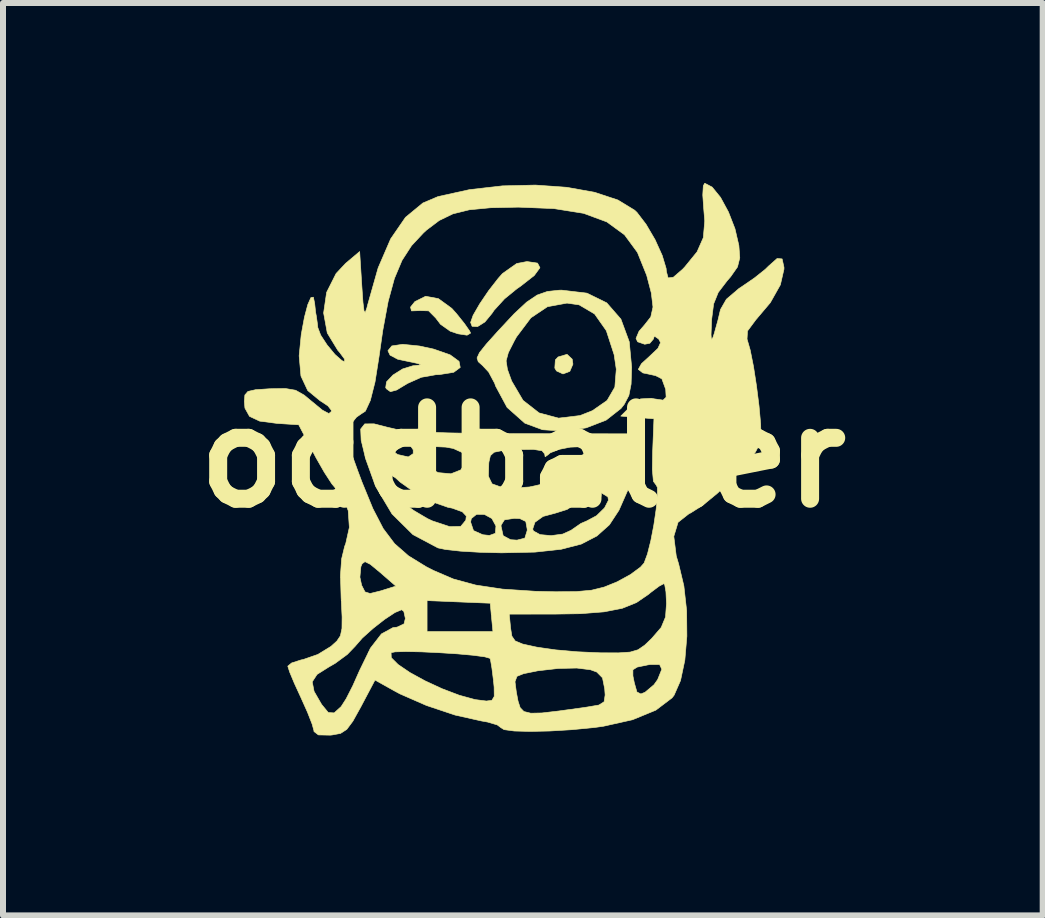
<source format=kicad_pcb>
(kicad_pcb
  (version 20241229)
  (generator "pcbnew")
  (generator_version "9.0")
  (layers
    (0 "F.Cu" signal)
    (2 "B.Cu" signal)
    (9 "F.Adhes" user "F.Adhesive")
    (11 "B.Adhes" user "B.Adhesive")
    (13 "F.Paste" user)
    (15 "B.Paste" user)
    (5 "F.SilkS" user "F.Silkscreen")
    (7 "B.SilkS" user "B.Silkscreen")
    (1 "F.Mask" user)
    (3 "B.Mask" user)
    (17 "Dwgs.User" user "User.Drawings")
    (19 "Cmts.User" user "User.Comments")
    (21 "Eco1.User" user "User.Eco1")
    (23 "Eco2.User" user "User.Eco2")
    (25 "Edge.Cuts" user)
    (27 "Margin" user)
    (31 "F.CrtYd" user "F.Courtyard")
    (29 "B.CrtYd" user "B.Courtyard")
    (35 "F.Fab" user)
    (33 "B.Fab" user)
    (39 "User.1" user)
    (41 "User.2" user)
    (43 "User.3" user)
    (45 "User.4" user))
  (footprint "oddballer"
    (layer "F.Cu")
    (at 5.668 4.577)
    (property "Reference" "oddballer" (at 0 0 0) (layer "F.SilkS") (effects (font (size 1.524 1.524) (thickness 0.3))))
    (attr through_hole)
    (fp_poly (pts (xy 0.823 -1.638) (xy 0.835 -1.555) (xy 0.783 -1.435) (xy 0.67 -1.392) (xy 0.561 -1.442) (xy 0.533 -1.49) (xy 0.542 -1.626) (xy 0.588 -1.675) (xy 0.737 -1.719) (xy 0.823 -1.638)) (stroke (width 0.01) (type solid)) (fill yes) (layer "F.SilkS"))
    (fp_poly (pts (xy -1.409 -2.648) (xy -1.185 -2.485) (xy -1.107 -2.398) (xy -0.972 -2.229) (xy -0.887 -2.107) (xy -0.871 -2.073) (xy -0.93 -2.038) (xy -1.082 -2.061) (xy -1.211 -2.105) (xy -1.373 -2.22) (xy -1.453 -2.325) (xy -1.571 -2.444) (xy -1.712 -2.448) (xy -1.857 -2.443) (xy -1.873 -2.506) (xy -1.8 -2.598) (xy -1.621 -2.687) (xy -1.409 -2.648)) (stroke (width 0.01) (type solid)) (fill yes) (layer "F.SilkS"))
    (fp_poly (pts (xy 0.245 -3.24) (xy 0.285 -3.163) (xy 0.191 -3.034) (xy -0.039 -2.854) (xy -0.099 -2.813) (xy -0.306 -2.644) (xy -0.48 -2.453) (xy -0.515 -2.401) (xy -0.633 -2.258) (xy -0.756 -2.181) (xy -0.846 -2.186) (xy -0.871 -2.251) (xy -0.829 -2.37) (xy -0.72 -2.559) (xy -0.572 -2.778) (xy -0.41 -2.986) (xy -0.339 -3.066) (xy -0.103 -3.233) (xy 0.069 -3.266) (xy 0.245 -3.24)) (stroke (width 0.01) (type solid)) (fill yes) (layer "F.SilkS"))
    (fp_poly (pts (xy -1.726 -1.858) (xy -1.486 -1.806) (xy -1.212 -1.71) (xy -1.064 -1.602) (xy -1.044 -1.5) (xy -1.152 -1.42) (xy -1.391 -1.381) (xy -1.451 -1.379) (xy -1.694 -1.336) (xy -1.922 -1.234) (xy -1.923 -1.234) (xy -2.104 -1.124) (xy -2.208 -1.096) (xy -2.274 -1.143) (xy -2.287 -1.163) (xy -2.273 -1.26) (xy -2.165 -1.374) (xy -2.005 -1.475) (xy -1.834 -1.528) (xy -1.814 -1.53) (xy -1.703 -1.542) (xy -1.73 -1.56) (xy -1.778 -1.572) (xy -1.973 -1.613) (xy -2.086 -1.637) (xy -2.214 -1.705) (xy -2.25 -1.779) (xy -2.185 -1.859) (xy -2.004 -1.886) (xy -1.726 -1.858)) (stroke (width 0.01) (type solid)) (fill yes) (layer "F.SilkS"))
    (fp_poly (pts (xy 1.069 -2.739) (xy 1.399 -2.577) (xy 1.635 -2.306) (xy 1.774 -1.929) (xy 1.814 -1.505) (xy 1.805 -1.222) (xy 1.768 -1.033) (xy 1.691 -0.886) (xy 1.637 -0.817) (xy 1.389 -0.622) (xy 1.056 -0.493) (xy 0.686 -0.437) (xy 0.327 -0.462) (xy 0.033 -0.571) (xy -0.263 -0.834) (xy -0.455 -1.191) (xy -0.469 -1.234) (xy -0.57 -1.423) (xy -0.674 -1.534) (xy -0.744 -1.596) (xy -0.748 -1.61) (xy -0.279 -1.61) (xy -0.257 -1.467) (xy -0.187 -1.274) (xy 0.003 -0.951) (xy 0.271 -0.742) (xy 0.595 -0.655) (xy 0.954 -0.698) (xy 1.161 -0.78) (xy 1.405 -0.95) (xy 1.534 -1.172) (xy 1.558 -1.47) (xy 1.522 -1.713) (xy 1.392 -2.113) (xy 1.196 -2.392) (xy 0.938 -2.544) (xy 0.736 -2.573) (xy 0.41 -2.513) (xy 0.134 -2.328) (xy -0.106 -2.009) (xy -0.141 -1.946) (xy -0.242 -1.747) (xy -0.279 -1.61) (xy -0.748 -1.61) (xy -0.764 -1.658) (xy -0.723 -1.747) (xy -0.609 -1.89) (xy -0.415 -2.106) (xy -0.145 -2.395) (xy 0.063 -2.589) (xy 0.238 -2.707) (xy 0.409 -2.767) (xy 0.604 -2.788) (xy 0.648 -2.789) (xy 1.069 -2.739)) (stroke (width 0.01) (type solid)) (fill yes) (layer "F.SilkS"))
    (fp_poly (pts (xy -2.267 -0.505) (xy -2.117 -0.47) (xy -1.908 -0.443) (xy -1.623 -0.423) (xy -1.247 -0.409) (xy -0.763 -0.4) (xy -0.154 -0.396) (xy 0 -0.396) (xy 1.923 -0.393) (xy 1.914 -0.173) (xy 1.863 0.171) (xy 1.752 0.542) (xy 1.602 0.882) (xy 1.443 1.124) (xy 1.235 1.31) (xy 0.974 1.445) (xy 0.637 1.532) (xy 0.202 1.579) (xy -0.352 1.591) (xy -0.358 1.591) (xy -0.715 1.582) (xy -1.039 1.563) (xy -1.29 1.535) (xy -1.415 1.509) (xy -1.833 1.287) (xy -2.182 0.942) (xy -2.457 0.48) (xy -2.53 0.276) (xy -2.467 0.276) (xy -2.41 0.384) (xy -2.261 0.54) (xy -2.053 0.716) (xy -1.819 0.885) (xy -1.591 1.02) (xy -1.507 1.059) (xy -1.22 1.154) (xy -1.036 1.15) (xy -0.976 1.078) (xy -0.871 1.078) (xy -0.823 1.22) (xy -0.668 1.289) (xy -0.557 1.301) (xy -0.458 1.265) (xy -0.449 1.149) (xy -0.363 1.149) (xy -0.328 1.306) (xy -0.204 1.372) (xy -0.097 1.379) (xy 0.033 1.346) (xy 0.072 1.22) (xy 0.073 1.197) (xy 0.072 1.195) (xy 0.164 1.195) (xy 0.177 1.227) (xy 0.287 1.287) (xy 0.471 1.304) (xy 0.666 1.278) (xy 0.808 1.213) (xy 0.815 1.207) (xy 0.968 1.101) (xy 1.064 1.06) (xy 1.229 0.972) (xy 1.362 0.842) (xy 1.427 0.714) (xy 1.418 0.658) (xy 1.299 0.585) (xy 1.123 0.617) (xy 0.93 0.744) (xy 0.737 0.868) (xy 0.539 0.93) (xy 0.337 0.984) (xy 0.201 1.082) (xy 0.164 1.195) (xy 0.072 1.195) (xy 0.049 1.068) (xy -0.05 1.02) (xy -0.145 1.016) (xy -0.307 1.041) (xy -0.362 1.128) (xy -0.363 1.149) (xy -0.449 1.149) (xy -0.449 1.143) (xy -0.516 1.019) (xy -0.64 0.951) (xy -0.772 0.949) (xy -0.859 1.019) (xy -0.871 1.078) (xy -0.976 1.078) (xy -0.951 1.047) (xy -0.943 0.977) (xy -1.009 0.907) (xy -1.177 0.846) (xy -1.249 0.832) (xy -1.651 0.692) (xy -2.049 0.409) (xy -2.118 0.345) (xy -2.161 0.315) (xy -0.574 0.315) (xy -0.514 0.44) (xy -0.36 0.496) (xy -0.126 0.508) (xy 0.109 0.493) (xy 0.289 0.453) (xy 0.348 0.421) (xy 0.425 0.276) (xy 0.435 0.201) (xy 0.456 0.111) (xy 0.543 0.126) (xy 0.583 0.147) (xy 0.76 0.187) (xy 0.927 0.145) (xy 1.046 0.046) (xy 1.076 -0.085) (xy 1.051 -0.147) (xy 0.959 -0.178) (xy 0.79 -0.171) (xy 0.603 -0.134) (xy 0.458 -0.077) (xy 0.418 -0.043) (xy 0.372 -0.011) (xy 0.364 -0.058) (xy 0.32 -0.111) (xy 0.175 -0.134) (xy -0.091 -0.13) (xy -0.339 -0.115) (xy -0.477 -0.087) (xy -0.541 -0.03) (xy -0.565 0.073) (xy -0.568 0.097) (xy -0.574 0.315) (xy -2.161 0.315) (xy -2.255 0.252) (xy -2.387 0.218) (xy -2.463 0.253) (xy -2.467 0.276) (xy -2.53 0.276) (xy -2.622 0.021) (xy -2.628 -0.003) (xy -1.728 -0.003) (xy -1.717 0.033) (xy -1.599 0.17) (xy -1.407 0.254) (xy -1.199 0.273) (xy -1.037 0.209) (xy -1.031 0.203) (xy -0.935 0.052) (xy -0.98 -0.067) (xy -1.159 -0.149) (xy -1.284 -0.172) (xy -1.559 -0.184) (xy -1.706 -0.128) (xy -1.728 -0.003) (xy -2.628 -0.003) (xy -2.673 -0.193) (xy -2.177 -0.193) (xy -2.125 -0.074) (xy -2.086 -0.048) (xy -1.91 -0.008) (xy -1.828 -0.063) (xy -1.828 -0.127) (xy -1.896 -0.227) (xy -2.015 -0.278) (xy -2.128 -0.269) (xy -2.177 -0.193) (xy -2.673 -0.193) (xy -2.696 -0.285) (xy -2.704 -0.473) (xy -2.636 -0.559) (xy -2.481 -0.56) (xy -2.267 -0.505)) (stroke (width 0.01) (type solid)) (fill yes) (layer "F.SilkS"))
    (fp_poly (pts (xy 3.157 -4.507) (xy 3.296 -4.336) (xy 3.428 -4.093) (xy 3.537 -3.813) (xy 3.602 -3.533) (xy 3.617 -3.327) (xy 3.579 -3.176) (xy 3.465 -3.013) (xy 3.406 -2.945) (xy 3.258 -2.751) (xy 3.181 -2.56) (xy 3.148 -2.302) (xy 3.146 -2.262) (xy 3.138 -2.046) (xy 3.144 -1.963) (xy 3.169 -1.999) (xy 3.192 -2.068) (xy 3.254 -2.291) (xy 3.296 -2.467) (xy 3.394 -2.638) (xy 3.604 -2.817) (xy 3.65 -2.847) (xy 3.864 -2.994) (xy 4.043 -3.137) (xy 4.099 -3.192) (xy 4.24 -3.317) (xy 4.323 -3.31) (xy 4.354 -3.17) (xy 4.354 -3.139) (xy 4.294 -2.878) (xy 4.126 -2.58) (xy 3.884 -2.294) (xy 3.746 -2.108) (xy 3.738 -1.974) (xy 3.791 -1.79) (xy 3.846 -1.515) (xy 3.896 -1.191) (xy 3.938 -0.859) (xy 3.965 -0.56) (xy 3.971 -0.336) (xy 3.963 -0.252) (xy 3.879 -0.09) (xy 3.71 0.126) (xy 3.487 0.367) (xy 3.239 0.602) (xy 3 0.798) (xy 2.798 0.926) (xy 2.771 0.938) (xy 2.588 1.082) (xy 2.517 1.317) (xy 2.558 1.644) (xy 2.598 1.778) (xy 2.685 2.143) (xy 2.731 2.556) (xy 2.735 2.981) (xy 2.701 3.381) (xy 2.629 3.721) (xy 2.522 3.965) (xy 2.487 4.01) (xy 2.218 4.214) (xy 1.829 4.374) (xy 1.341 4.483) (xy 1.197 4.503) (xy 0.818 4.54) (xy 0.449 4.562) (xy 0.12 4.569) (xy -0.143 4.562) (xy -0.313 4.539) (xy -0.363 4.508) (xy -0.427 4.46) (xy -0.591 4.412) (xy -0.692 4.394) (xy -1.13 4.296) (xy -1.608 4.136) (xy -2.049 3.943) (xy -2.151 3.888) (xy -2.465 3.712) (xy -2.702 4.16) (xy -2.834 4.398) (xy -2.936 4.535) (xy -3.04 4.602) (xy -3.18 4.628) (xy -3.211 4.631) (xy -3.409 4.627) (xy -3.483 4.57) (xy -3.483 4.558) (xy -3.513 4.448) (xy -3.59 4.251) (xy -3.699 4.008) (xy -3.701 4.003) (xy -3.81 3.766) (xy -3.82 3.742) (xy -3.512 3.742) (xy -3.481 3.901) (xy -3.356 4.118) (xy -3.244 4.254) (xy -3.146 4.26) (xy -3.03 4.155) (xy -2.946 4.024) (xy -2.835 3.806) (xy -2.724 3.556) (xy -2.578 3.256) (xy -2.197 3.256) (xy -2.194 3.339) (xy -2.08 3.453) (xy -1.883 3.587) (xy -1.629 3.726) (xy -1.346 3.857) (xy -1.059 3.966) (xy -0.796 4.038) (xy -0.608 4.062) (xy -0.516 4.05) (xy -0.477 3.985) (xy -0.479 3.83) (xy -0.488 3.74) (xy -0.131 3.74) (xy -0.109 3.91) (xy -0.08 4.064) (xy -0.045 4.172) (xy 0.018 4.237) (xy 0.132 4.265) (xy 0.318 4.261) (xy 0.6 4.228) (xy 1.001 4.173) (xy 1.074 4.162) (xy 1.268 4.129) (xy 1.355 4.074) (xy 1.372 3.961) (xy 1.365 3.86) (xy 1.328 3.675) (xy 1.233 3.579) (xy 1.129 3.541) (xy 1.835 3.541) (xy 1.835 3.642) (xy 1.859 3.76) (xy 1.902 3.911) (xy 1.968 3.944) (xy 2.039 3.915) (xy 2.187 3.79) (xy 2.248 3.704) (xy 2.317 3.532) (xy 2.28 3.453) (xy 2.125 3.453) (xy 2.086 3.459) (xy 1.907 3.496) (xy 1.835 3.541) (xy 1.129 3.541) (xy 1.125 3.54) (xy 0.899 3.512) (xy 0.589 3.519) (xy 0.248 3.558) (xy 0.012 3.606) (xy -0.098 3.65) (xy -0.131 3.74) (xy -0.488 3.74) (xy -0.49 3.719) (xy -0.516 3.513) (xy -0.539 3.377) (xy -0.548 3.35) (xy -0.635 3.325) (xy -0.83 3.299) (xy -1.096 3.275) (xy -1.396 3.256) (xy -1.693 3.242) (xy -1.951 3.237) (xy -2.131 3.242) (xy -2.197 3.256) (xy -2.578 3.256) (xy -2.542 3.181) (xy -2.358 2.943) (xy -2.284 2.903) (xy -1.597 2.903) (xy -0.499 2.903) (xy -0.522 2.667) (xy -0.527 2.613) (xy -0.227 2.613) (xy -0.204 2.848) (xy -0.183 2.98) (xy -0.128 3.06) (xy -0.003 3.112) (xy 0.225 3.162) (xy 0.254 3.167) (xy 0.547 3.209) (xy 0.911 3.241) (xy 1.27 3.257) (xy 1.295 3.258) (xy 1.594 3.259) (xy 1.789 3.246) (xy 1.921 3.207) (xy 2.031 3.131) (xy 2.148 3.019) (xy 2.307 2.835) (xy 2.379 2.661) (xy 2.395 2.438) (xy 2.386 2.241) (xy 2.365 2.121) (xy 2.351 2.105) (xy 2.272 2.147) (xy 2.132 2.252) (xy 2.095 2.283) (xy 1.895 2.42) (xy 1.657 2.516) (xy 1.354 2.575) (xy 0.957 2.606) (xy 0.558 2.612) (xy -0.227 2.613) (xy -0.527 2.613) (xy -0.544 2.431) (xy -1.597 2.388) (xy -1.597 2.903) (xy -2.284 2.903) (xy -2.166 2.838) (xy -2.097 2.83) (xy -1.981 2.775) (xy -1.959 2.685) (xy -1.985 2.567) (xy -2.021 2.54) (xy -2.132 2.586) (xy -2.306 2.701) (xy -2.501 2.854) (xy -2.677 3.012) (xy -2.792 3.144) (xy -2.794 3.147) (xy -2.927 3.285) (xy -3.13 3.434) (xy -3.231 3.492) (xy -3.431 3.618) (xy -3.512 3.742) (xy -3.82 3.742) (xy -3.888 3.579) (xy -3.919 3.482) (xy -3.919 3.48) (xy -3.855 3.427) (xy -3.699 3.377) (xy -3.66 3.369) (xy -3.418 3.285) (xy -3.198 3.15) (xy -3.197 3.149) (xy -3.1 3.061) (xy -3.042 2.974) (xy -3.016 2.852) (xy -3.014 2.66) (xy -3.029 2.359) (xy -3.03 2.342) (xy -3.04 1.997) (xy -2.717 1.997) (xy -2.688 2.132) (xy -2.632 2.242) (xy -2.547 2.269) (xy -2.381 2.228) (xy -2.37 2.225) (xy -2.117 2.146) (xy -2.383 1.915) (xy -2.544 1.782) (xy -2.632 1.738) (xy -2.68 1.773) (xy -2.701 1.823) (xy -2.717 1.997) (xy -3.04 1.997) (xy -3.041 1.965) (xy -3.022 1.692) (xy -2.971 1.482) (xy -2.953 1.436) (xy -2.893 1.167) (xy -2.912 0.887) (xy -3.003 0.65) (xy -3.1 0.542) (xy -3.184 0.442) (xy -3.309 0.25) (xy -3.449 0.005) (xy -3.473 -0.041) (xy -3.651 -0.379) (xy -2.93 -0.379) (xy -2.913 -0.253) (xy -2.856 -0.063) (xy -2.754 0.219) (xy -2.683 0.409) (xy -2.501 0.853) (xy -2.328 1.187) (xy -2.138 1.439) (xy -1.907 1.641) (xy -1.611 1.823) (xy -1.497 1.882) (xy -1.159 2.027) (xy -0.783 2.129) (xy -0.338 2.196) (xy 0.204 2.232) (xy 0.544 2.24) (xy 0.892 2.237) (xy 1.146 2.214) (xy 1.356 2.162) (xy 1.573 2.074) (xy 1.794 1.953) (xy 1.962 1.829) (xy 2.022 1.761) (xy 2.078 1.61) (xy 2.134 1.387) (xy 2.184 1.128) (xy 2.222 0.869) (xy 2.244 0.647) (xy 2.243 0.498) (xy 2.22 0.457) (xy 2.177 0.399) (xy 2.159 0.202) (xy 2.164 -0.086) (xy 2.186 -0.644) (xy 1.91 -0.667) (xy 1.633 -0.689) (xy 1.801 -0.857) (xy 1.963 -0.976) (xy 2.142 -0.986) (xy 2.187 -0.977) (xy 2.338 -0.955) (xy 2.389 -1.004) (xy 2.382 -1.135) (xy 2.318 -1.31) (xy 2.213 -1.364) (xy 2.001 -1.409) (xy 1.925 -1.468) (xy 1.978 -1.563) (xy 2.101 -1.675) (xy 2.253 -1.819) (xy 2.296 -1.914) (xy 2.265 -1.974) (xy 2.192 -2.024) (xy 2.177 -1.974) (xy 2.117 -1.903) (xy 2.032 -1.887) (xy 1.914 -1.928) (xy 1.887 -1.984) (xy 1.937 -2.103) (xy 2.032 -2.213) (xy 2.133 -2.342) (xy 2.17 -2.507) (xy 2.142 -2.742) (xy 2.065 -3.036) (xy 1.911 -3.418) (xy 1.695 -3.712) (xy 1.4 -3.927) (xy 1.013 -4.07) (xy 0.518 -4.149) (xy -0.073 -4.173) (xy -0.539 -4.163) (xy -0.893 -4.129) (xy -1.167 -4.061) (xy -1.394 -3.951) (xy -1.606 -3.791) (xy -1.657 -3.744) (xy -1.856 -3.531) (xy -2.015 -3.285) (xy -2.142 -2.983) (xy -2.246 -2.601) (xy -2.336 -2.115) (xy -2.398 -1.681) (xy -2.465 -1.257) (xy -2.543 -0.95) (xy -2.626 -0.771) (xy -2.695 -0.726) (xy -2.774 -0.671) (xy -2.868 -0.553) (xy -2.913 -0.47) (xy -2.93 -0.379) (xy -3.651 -0.379) (xy -3.737 -0.544) (xy -4.098 -0.567) (xy -4.388 -0.605) (xy -4.558 -0.685) (xy -4.634 -0.822) (xy -4.644 -0.934) (xy -4.635 -1.041) (xy -4.584 -1.1) (xy -4.457 -1.129) (xy -4.22 -1.145) (xy -4.214 -1.145) (xy -3.959 -1.149) (xy -3.789 -1.12) (xy -3.646 -1.039) (xy -3.534 -0.946) (xy -3.343 -0.789) (xy -3.235 -0.731) (xy -3.195 -0.764) (xy -3.193 -0.786) (xy -3.25 -0.859) (xy -3.386 -0.949) (xy -3.587 -1.115) (xy -3.7 -1.357) (xy -3.73 -1.694) (xy -3.695 -2.05) (xy -3.642 -2.337) (xy -3.586 -2.548) (xy -3.534 -2.665) (xy -3.493 -2.672) (xy -3.472 -2.573) (xy -3.455 -2.417) (xy -3.444 -2.359) (xy -3.425 -2.225) (xy -3.419 -2.165) (xy -3.371 -2.039) (xy -3.263 -1.874) (xy -3.132 -1.716) (xy -3.015 -1.613) (xy -2.972 -1.597) (xy -2.974 -1.642) (xy -3.057 -1.754) (xy -3.086 -1.787) (xy -3.261 -2.075) (xy -3.322 -2.409) (xy -3.272 -2.752) (xy -3.114 -3.066) (xy -2.956 -3.235) (xy -2.721 -3.433) (xy -2.685 -2.86) (xy -2.666 -2.586) (xy -2.648 -2.442) (xy -2.628 -2.416) (xy -2.601 -2.492) (xy -2.589 -2.54) (xy -2.413 -3.16) (xy -2.204 -3.644) (xy -1.957 -4.003) (xy -1.667 -4.242) (xy -1.415 -4.349) (xy -0.89 -4.465) (xy -0.34 -4.528) (xy 0.21 -4.541) (xy 0.731 -4.504) (xy 1.199 -4.42) (xy 1.585 -4.292) (xy 1.864 -4.122) (xy 1.903 -4.085) (xy 2.055 -3.886) (xy 2.205 -3.63) (xy 2.324 -3.367) (xy 2.389 -3.151) (xy 2.393 -3.102) (xy 2.422 -2.993) (xy 2.509 -3.004) (xy 2.663 -3.137) (xy 2.699 -3.175) (xy 2.905 -3.428) (xy 3.009 -3.664) (xy 3.033 -3.942) (xy 3.016 -4.147) (xy 3 -4.376) (xy 3.009 -4.529) (xy 3.033 -4.572) (xy 3.157 -4.507)) (stroke (width 0.01) (type solid)) (fill yes) (layer "F.SilkS")))
  (gr_rect
    (start -3 -3)
    (end 14.336 12.213)
    (stroke (width 0.1) (type default))
    (fill no)
    (layer "Edge.Cuts")))
</source>
